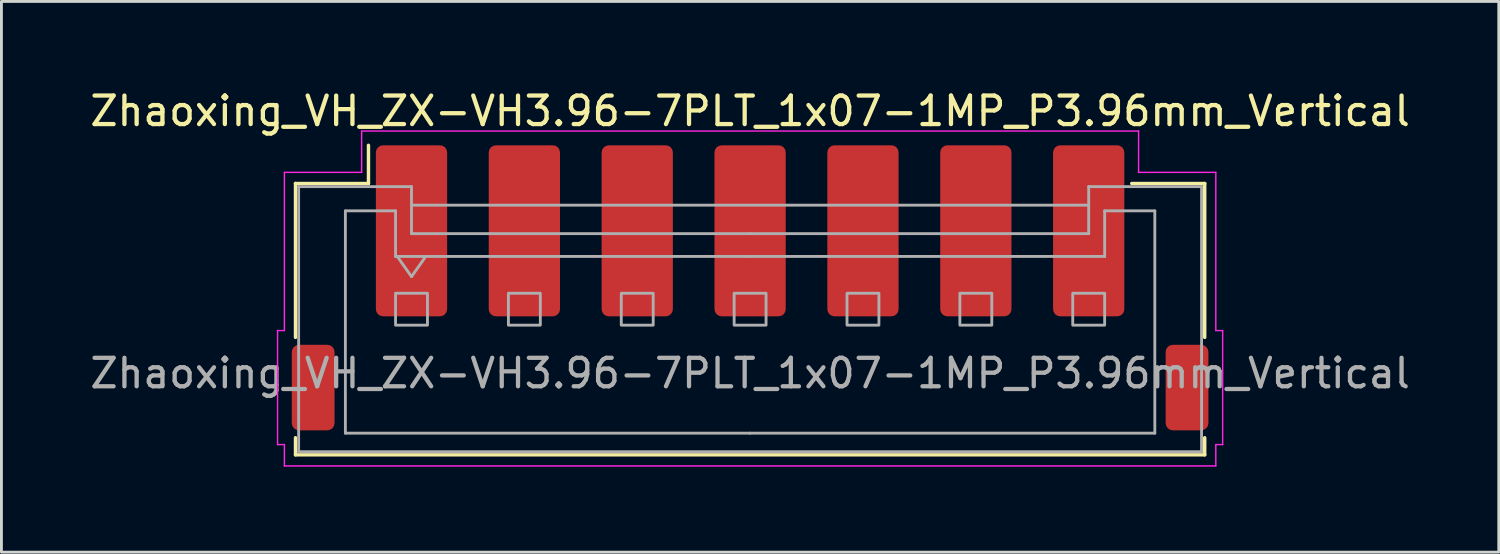
<source format=kicad_pcb>
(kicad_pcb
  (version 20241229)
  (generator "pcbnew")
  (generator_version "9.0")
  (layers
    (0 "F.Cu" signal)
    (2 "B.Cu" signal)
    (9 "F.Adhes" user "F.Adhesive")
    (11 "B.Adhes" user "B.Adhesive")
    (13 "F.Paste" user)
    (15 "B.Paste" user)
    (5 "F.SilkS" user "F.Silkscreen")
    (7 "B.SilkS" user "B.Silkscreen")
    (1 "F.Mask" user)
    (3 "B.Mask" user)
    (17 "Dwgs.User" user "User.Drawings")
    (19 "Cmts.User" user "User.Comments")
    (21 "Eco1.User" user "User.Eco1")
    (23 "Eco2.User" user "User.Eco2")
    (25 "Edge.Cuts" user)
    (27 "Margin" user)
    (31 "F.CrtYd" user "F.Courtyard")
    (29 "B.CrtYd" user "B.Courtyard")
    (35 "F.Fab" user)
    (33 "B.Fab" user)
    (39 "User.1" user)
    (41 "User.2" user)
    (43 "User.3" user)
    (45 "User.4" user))
  (footprint "Zhaoxing_VH_ZX-VH3.96-7PLT_1x07-1MP_P3.96mm_Vertical"
    (layer "F.Cu")
    (at 23.268 7.048)
    (property "Reference" "Zhaoxing_VH_ZX-VH3.96-7PLT_1x07-1MP_P3.96mm_Vertical" (at 0 -6.2 0) (layer "F.SilkS") (effects (font (size 1 1) (thickness 0.15))))
    (attr smd)
    (fp_line (start -15.95 -3.66) (end -13.39 -3.66) (stroke (width 0.12) (type solid)) (layer "F.SilkS"))
    (fp_line (start -15.95 1.74) (end -15.95 -3.66) (stroke (width 0.12) (type solid)) (layer "F.SilkS"))
    (fp_line (start -15.95 5.26) (end -15.95 5.86) (stroke (width 0.12) (type solid)) (layer "F.SilkS"))
    (fp_line (start -15.95 5.86) (end 15.95 5.86) (stroke (width 0.12) (type solid)) (layer "F.SilkS"))
    (fp_line (start -13.39 -3.66) (end -13.39 -5) (stroke (width 0.12) (type solid)) (layer "F.SilkS"))
    (fp_line (start 15.95 -3.66) (end 13.39 -3.66) (stroke (width 0.12) (type solid)) (layer "F.SilkS"))
    (fp_line (start 15.95 1.74) (end 15.95 -3.66) (stroke (width 0.12) (type solid)) (layer "F.SilkS"))
    (fp_line (start 15.95 5.86) (end 15.95 5.26) (stroke (width 0.12) (type solid)) (layer "F.SilkS"))
    (fp_line (start -16.58 1.5) (end -16.34 1.5) (stroke (width 0.05) (type solid)) (layer "F.CrtYd"))
    (fp_line (start -16.58 5.5) (end -16.58 1.5) (stroke (width 0.05) (type solid)) (layer "F.CrtYd"))
    (fp_line (start -16.34 -4.05) (end -13.63 -4.05) (stroke (width 0.05) (type solid)) (layer "F.CrtYd"))
    (fp_line (start -16.34 1.5) (end -16.34 -4.05) (stroke (width 0.05) (type solid)) (layer "F.CrtYd"))
    (fp_line (start -16.34 5.5) (end -16.58 5.5) (stroke (width 0.05) (type solid)) (layer "F.CrtYd"))
    (fp_line (start -16.34 6.25) (end -16.34 5.5) (stroke (width 0.05) (type solid)) (layer "F.CrtYd"))
    (fp_line (start -13.63 -5.5) (end 13.63 -5.5) (stroke (width 0.05) (type solid)) (layer "F.CrtYd"))
    (fp_line (start -13.63 -4.05) (end -13.63 -5.5) (stroke (width 0.05) (type solid)) (layer "F.CrtYd"))
    (fp_line (start 13.63 -5.5) (end 13.63 -4.05) (stroke (width 0.05) (type solid)) (layer "F.CrtYd"))
    (fp_line (start 13.63 -4.05) (end 16.34 -4.05) (stroke (width 0.05) (type solid)) (layer "F.CrtYd"))
    (fp_line (start 16.34 -4.05) (end 16.34 1.5) (stroke (width 0.05) (type solid)) (layer "F.CrtYd"))
    (fp_line (start 16.34 1.5) (end 16.58 1.5) (stroke (width 0.05) (type solid)) (layer "F.CrtYd"))
    (fp_line (start 16.34 5.5) (end 16.34 6.25) (stroke (width 0.05) (type solid)) (layer "F.CrtYd"))
    (fp_line (start 16.34 6.25) (end -16.34 6.25) (stroke (width 0.05) (type solid)) (layer "F.CrtYd"))
    (fp_line (start 16.58 1.5) (end 16.58 5.5) (stroke (width 0.05) (type solid)) (layer "F.CrtYd"))
    (fp_line (start 16.58 5.5) (end 16.34 5.5) (stroke (width 0.05) (type solid)) (layer "F.CrtYd"))
    (fp_line (start -15.84 -3.55) (end -15.84 5.75) (stroke (width 0.1) (type solid)) (layer "F.Fab"))
    (fp_line (start -15.84 -3.55) (end -11.88 -3.55) (stroke (width 0.1) (type solid)) (layer "F.Fab"))
    (fp_line (start -15.84 5.75) (end 15.84 5.75) (stroke (width 0.1) (type solid)) (layer "F.Fab"))
    (fp_line (start -14.2 -2.7) (end -14.2 5.1) (stroke (width 0.1) (type solid)) (layer "F.Fab"))
    (fp_line (start -14.2 5.1) (end 0 5.1) (stroke (width 0.1) (type solid)) (layer "F.Fab"))
    (fp_line (start -12.44 -2.7) (end -14.2 -2.7) (stroke (width 0.1) (type solid)) (layer "F.Fab"))
    (fp_line (start -12.44 -1.1) (end -12.44 -2.7) (stroke (width 0.1) (type solid)) (layer "F.Fab"))
    (fp_line (start -12.38 -1.1) (end -11.88 -0.393) (stroke (width 0.1) (type solid)) (layer "F.Fab"))
    (fp_line (start -11.88 -3.55) (end -11.88 -2.9) (stroke (width 0.1) (type solid)) (layer "F.Fab"))
    (fp_line (start -11.88 -2.9) (end 11.88 -2.9) (stroke (width 0.1) (type solid)) (layer "F.Fab"))
    (fp_line (start -11.88 -1.9) (end -11.88 -2.9) (stroke (width 0.1) (type solid)) (layer "F.Fab"))
    (fp_line (start -11.88 -0.393) (end -11.38 -1.1) (stroke (width 0.1) (type solid)) (layer "F.Fab"))
    (fp_line (start 0 -1.9) (end -11.88 -1.9) (stroke (width 0.1) (type solid)) (layer "F.Fab"))
    (fp_line (start 0 -1.9) (end 11.88 -1.9) (stroke (width 0.1) (type solid)) (layer "F.Fab"))
    (fp_line (start 0 -1.1) (end -12.44 -1.1) (stroke (width 0.1) (type solid)) (layer "F.Fab"))
    (fp_line (start 0 -1.1) (end 12.44 -1.1) (stroke (width 0.1) (type solid)) (layer "F.Fab"))
    (fp_line (start 11.88 -3.55) (end 15.84 -3.55) (stroke (width 0.1) (type solid)) (layer "F.Fab"))
    (fp_line (start 11.88 -2.9) (end 11.88 -3.55) (stroke (width 0.1) (type solid)) (layer "F.Fab"))
    (fp_line (start 11.88 -1.9) (end 11.88 -2.9) (stroke (width 0.1) (type solid)) (layer "F.Fab"))
    (fp_line (start 12.44 -2.7) (end 14.2 -2.7) (stroke (width 0.1) (type solid)) (layer "F.Fab"))
    (fp_line (start 12.44 -1.1) (end 12.44 -2.7) (stroke (width 0.1) (type solid)) (layer "F.Fab"))
    (fp_line (start 14.2 -2.7) (end 14.2 5.1) (stroke (width 0.1) (type solid)) (layer "F.Fab"))
    (fp_line (start 14.2 5.1) (end 0 5.1) (stroke (width 0.1) (type solid)) (layer "F.Fab"))
    (fp_line (start 15.84 -3.55) (end 15.84 5.75) (stroke (width 0.1) (type solid)) (layer "F.Fab"))
    (fp_rect (start -12.44 0.19) (end -11.32 1.31) (stroke (width 0.1) (type solid)) (fill no) (layer "F.Fab"))
    (fp_rect (start -8.48 0.19) (end -7.36 1.31) (stroke (width 0.1) (type solid)) (fill no) (layer "F.Fab"))
    (fp_rect (start -4.52 0.19) (end -3.4 1.31) (stroke (width 0.1) (type solid)) (fill no) (layer "F.Fab"))
    (fp_rect (start -0.56 0.19) (end 0.56 1.31) (stroke (width 0.1) (type solid)) (fill no) (layer "F.Fab"))
    (fp_rect (start 3.4 0.19) (end 4.52 1.31) (stroke (width 0.1) (type solid)) (fill no) (layer "F.Fab"))
    (fp_rect (start 7.36 0.19) (end 8.48 1.31) (stroke (width 0.1) (type solid)) (fill no) (layer "F.Fab"))
    (fp_rect (start 11.32 0.19) (end 12.44 1.31) (stroke (width 0.1) (type solid)) (fill no) (layer "F.Fab"))
    (fp_text user "${REFERENCE}" (at 0 3 0) (layer "F.Fab") (effects (font (size 1 1) (thickness 0.15))))
    (pad "1" smd roundrect (at -11.88 -2) (size 2.5 6) (layers "F.Cu" "F.Mask" "F.Paste") (roundrect_rratio 0.1))
    (pad "2" smd roundrect (at -7.92 -2) (size 2.5 6) (layers "F.Cu" "F.Mask" "F.Paste") (roundrect_rratio 0.1))
    (pad "3" smd roundrect (at -3.96 -2) (size 2.5 6) (layers "F.Cu" "F.Mask" "F.Paste") (roundrect_rratio 0.1))
    (pad "4" smd roundrect (at 0 -2) (size 2.5 6) (layers "F.Cu" "F.Mask" "F.Paste") (roundrect_rratio 0.1))
    (pad "5" smd roundrect (at 3.96 -2) (size 2.5 6) (layers "F.Cu" "F.Mask" "F.Paste") (roundrect_rratio 0.1))
    (pad "6" smd roundrect (at 7.92 -2) (size 2.5 6) (layers "F.Cu" "F.Mask" "F.Paste") (roundrect_rratio 0.1))
    (pad "7" smd roundrect (at 11.88 -2) (size 2.5 6) (layers "F.Cu" "F.Mask" "F.Paste") (roundrect_rratio 0.1))
    (pad "MP" smd roundrect (at -15.33 3.5) (size 1.5 3) (layers "F.Cu" "F.Mask" "F.Paste") (roundrect_rratio 0.167))
    (pad "MP" smd roundrect (at 15.33 3.5) (size 1.5 3) (layers "F.Cu" "F.Mask" "F.Paste") (roundrect_rratio 0.167)))
  (gr_rect
    (start -3 -3)
    (end 49.536 16.323)
    (stroke (width 0.1) (type default))
    (fill no)
    (layer "Edge.Cuts")))
</source>
